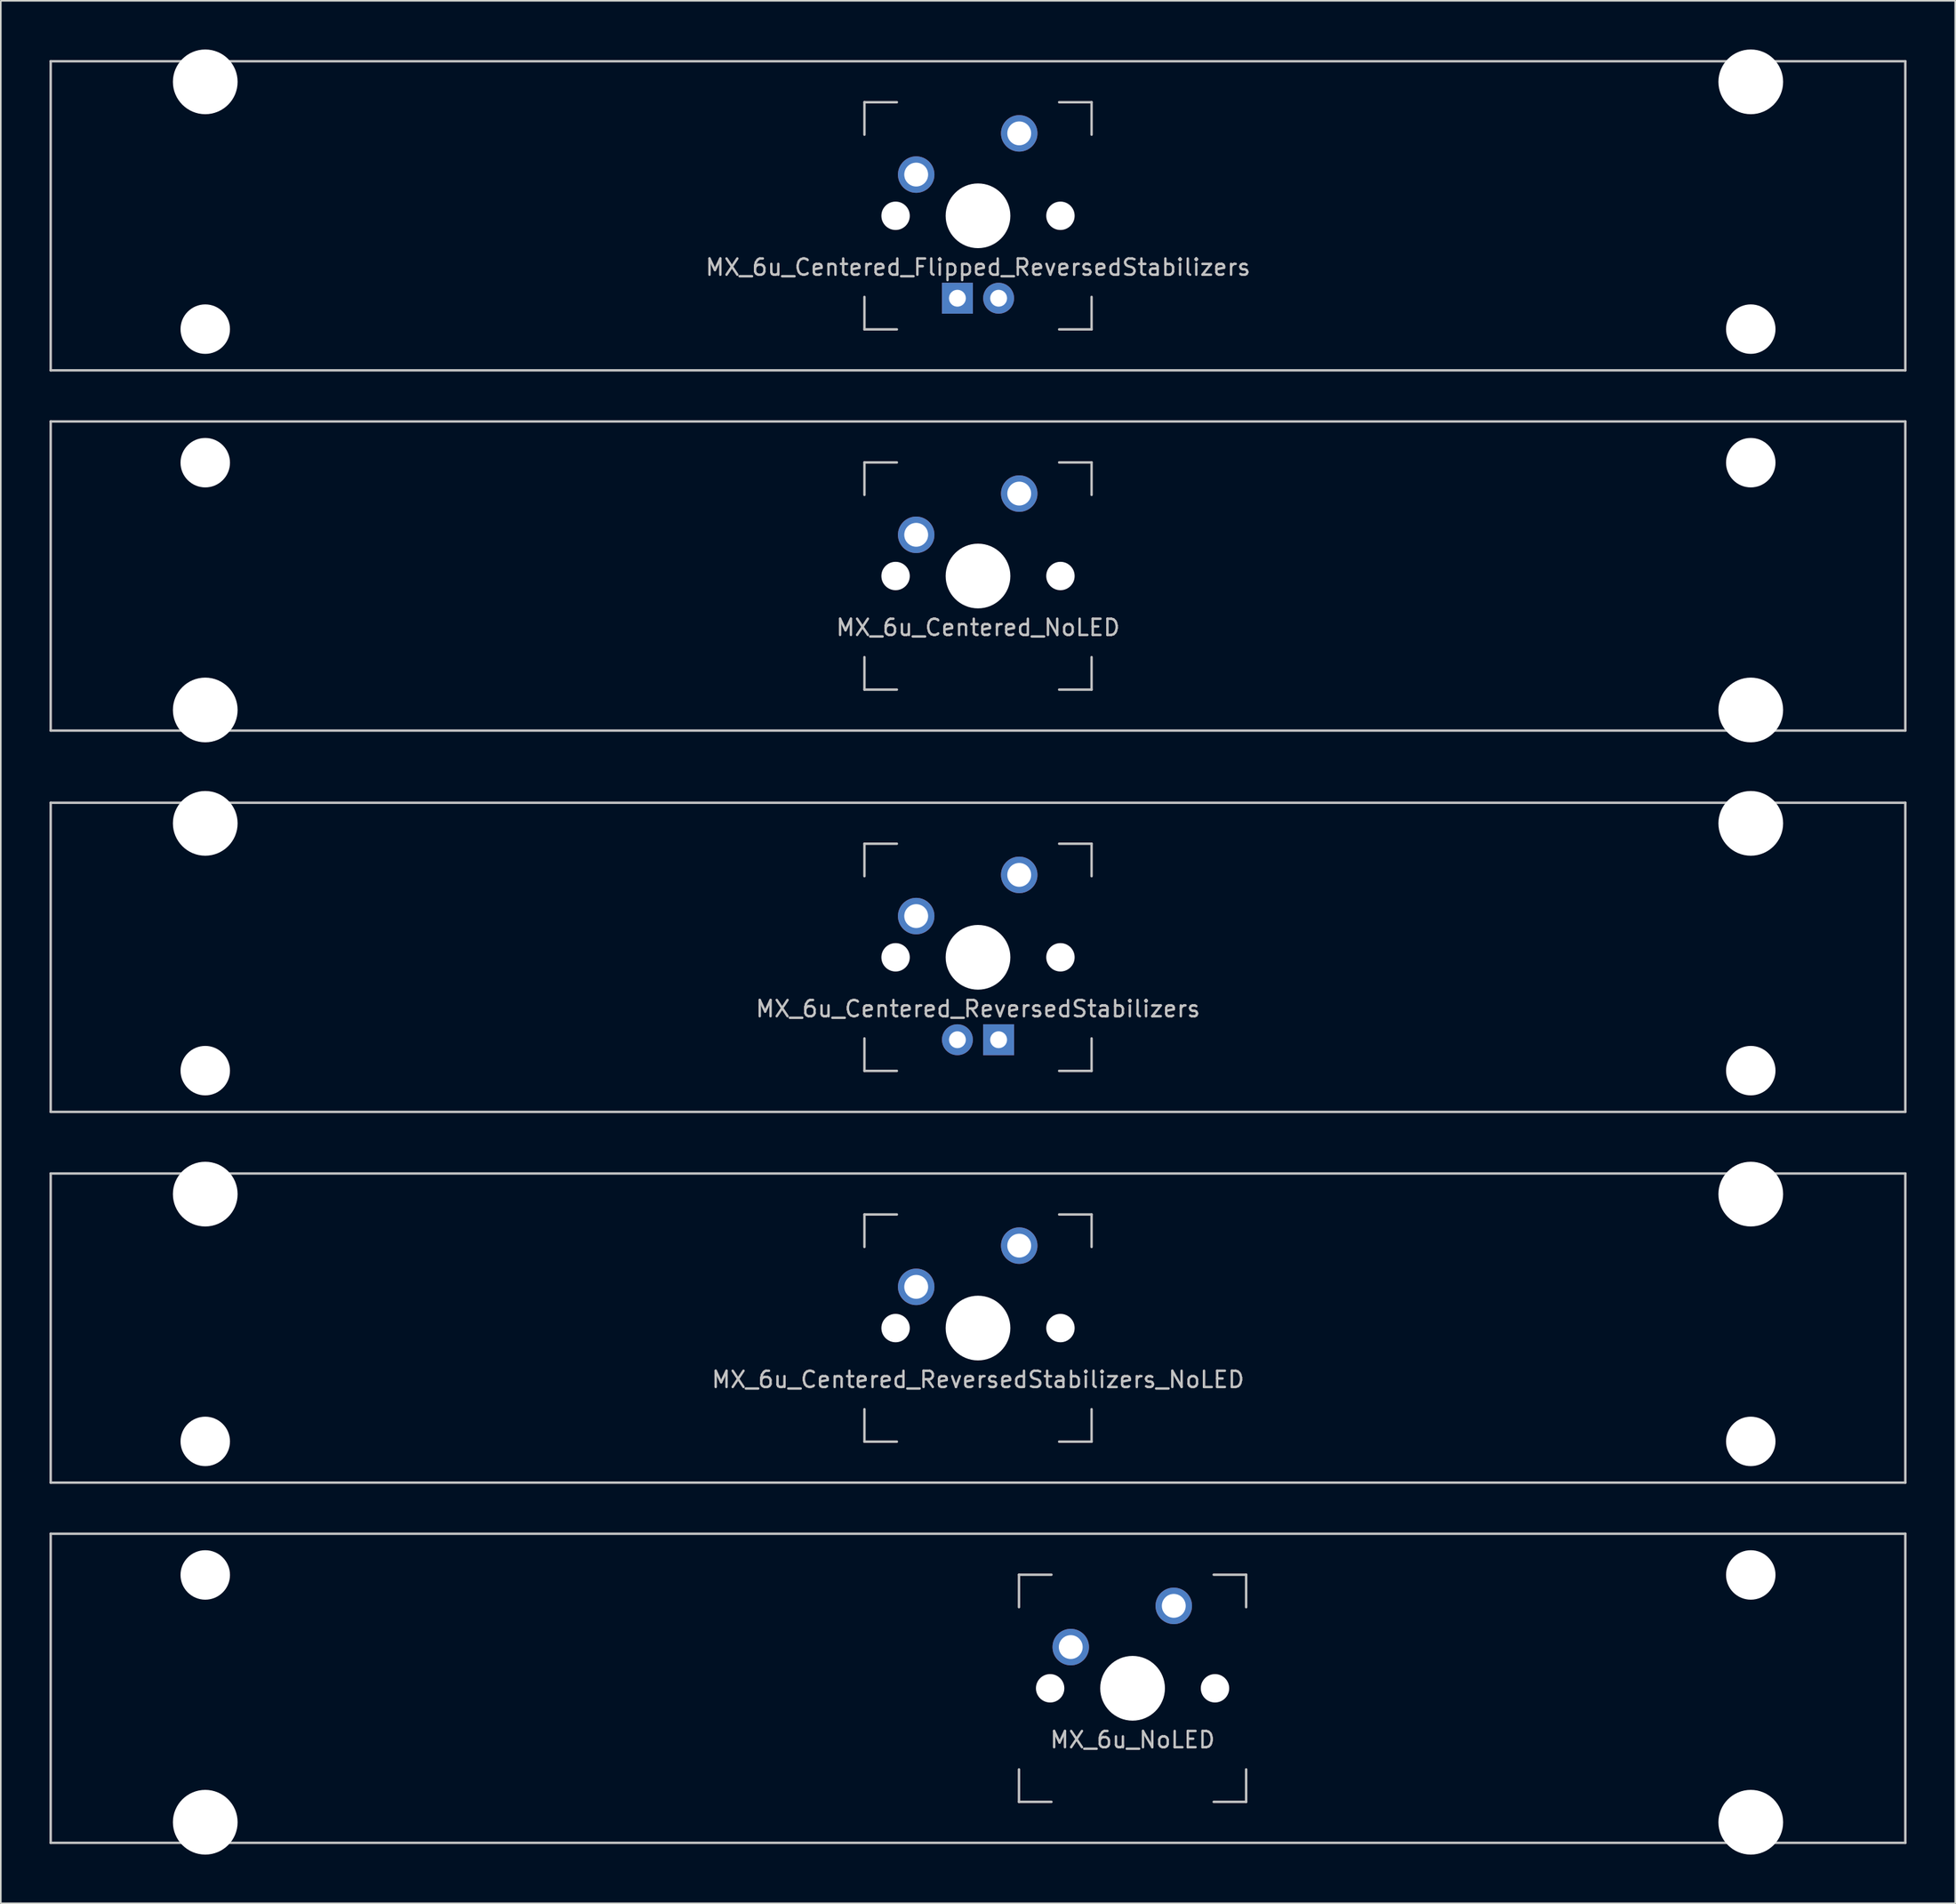
<source format=kicad_pcb>
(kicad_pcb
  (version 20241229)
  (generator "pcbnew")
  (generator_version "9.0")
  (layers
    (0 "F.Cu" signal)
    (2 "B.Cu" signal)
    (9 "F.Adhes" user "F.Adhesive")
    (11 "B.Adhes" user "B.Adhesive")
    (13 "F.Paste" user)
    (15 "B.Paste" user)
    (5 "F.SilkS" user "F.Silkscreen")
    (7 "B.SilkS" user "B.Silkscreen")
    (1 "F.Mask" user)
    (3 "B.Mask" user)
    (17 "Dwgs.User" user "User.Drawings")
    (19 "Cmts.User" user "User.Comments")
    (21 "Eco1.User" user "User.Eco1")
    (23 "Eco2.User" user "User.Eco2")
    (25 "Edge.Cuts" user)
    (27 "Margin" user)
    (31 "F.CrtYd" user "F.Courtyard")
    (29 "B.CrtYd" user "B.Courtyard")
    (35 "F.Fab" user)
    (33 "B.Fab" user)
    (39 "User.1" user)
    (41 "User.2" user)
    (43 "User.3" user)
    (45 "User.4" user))
  (footprint "MX_6u_Centered_Flipped_ReversedStabilizers"
    (layer "F.Cu")
    (at 57.225 10.249)
    (property "Reference" "MX_6u_Centered_Flipped_ReversedStabilizers" (at 0 3.175 0) (layer "Dwgs.User") (effects (font (size 1 1) (thickness 0.15))))
    (attr through_hole)
    (fp_line (start -57.15 -9.525) (end 57.15 -9.525) (stroke (width 0.15) (type solid)) (layer "Dwgs.User"))
    (fp_line (start -57.15 9.525) (end -57.15 -9.525) (stroke (width 0.15) (type solid)) (layer "Dwgs.User"))
    (fp_line (start -57.15 9.525) (end 57.15 9.525) (stroke (width 0.15) (type solid)) (layer "Dwgs.User"))
    (fp_line (start -7 -7) (end -7 -5) (stroke (width 0.15) (type solid)) (layer "Dwgs.User"))
    (fp_line (start -7 5) (end -7 7) (stroke (width 0.15) (type solid)) (layer "Dwgs.User"))
    (fp_line (start -7 7) (end -5 7) (stroke (width 0.15) (type solid)) (layer "Dwgs.User"))
    (fp_line (start -5 -7) (end -7 -7) (stroke (width 0.15) (type solid)) (layer "Dwgs.User"))
    (fp_line (start 5 -7) (end 7 -7) (stroke (width 0.15) (type solid)) (layer "Dwgs.User"))
    (fp_line (start 5 7) (end 7 7) (stroke (width 0.15) (type solid)) (layer "Dwgs.User"))
    (fp_line (start 7 -7) (end 7 -5) (stroke (width 0.15) (type solid)) (layer "Dwgs.User"))
    (fp_line (start 7 7) (end 7 5) (stroke (width 0.15) (type solid)) (layer "Dwgs.User"))
    (fp_line (start 57.15 -9.525) (end 57.15 9.525) (stroke (width 0.15) (type solid)) (layer "Dwgs.User"))
    (pad "" np_thru_hole circle (at -47.625 -8.255) (size 3.988 3.988) (drill 3.988) (layers "*.Cu" "*.Mask"))
    (pad "" np_thru_hole circle (at -47.625 6.985) (size 3.048 3.048) (drill 3.048) (layers "*.Cu" "*.Mask"))
    (pad "" np_thru_hole circle (at -5.08 0 48.1) (size 1.75 1.75) (drill 1.75) (layers "*.Cu" "*.Mask"))
    (pad "" np_thru_hole circle (at 0 0) (size 3.988 3.988) (drill 3.988) (layers "*.Cu" "*.Mask"))
    (pad "" np_thru_hole circle (at 5.08 0 48.1) (size 1.75 1.75) (drill 1.75) (layers "*.Cu" "*.Mask"))
    (pad "" np_thru_hole circle (at 47.625 -8.255) (size 3.988 3.988) (drill 3.988) (layers "*.Cu" "*.Mask"))
    (pad "" np_thru_hole circle (at 47.625 6.985) (size 3.048 3.048) (drill 3.048) (layers "*.Cu" "*.Mask"))
    (pad "1" thru_hole circle (at -3.81 -2.54) (size 2.25 2.25) (drill 1.47) (layers "*.Cu" "B.Mask"))
    (pad "2" thru_hole circle (at 2.54 -5.08) (size 2.25 2.25) (drill 1.47) (layers "*.Cu" "B.Mask"))
    (pad "3" thru_hole circle (at 1.27 5.08) (size 1.905 1.905) (drill 1.04) (layers "*.Cu" "B.Mask"))
    (pad "4" thru_hole rect (at -1.27 5.08) (size 1.905 1.905) (drill 1.04) (layers "*.Cu" "B.Mask")))
  (footprint "MX_6u_Centered_ReversedStabilizers"
    (layer "F.Cu")
    (at 57.225 55.947)
    (property "Reference" "MX_6u_Centered_ReversedStabilizers" (at 0 3.175 0) (layer "Dwgs.User") (effects (font (size 1 1) (thickness 0.15))))
    (attr through_hole)
    (fp_line (start -57.15 -9.525) (end 57.15 -9.525) (stroke (width 0.15) (type solid)) (layer "Dwgs.User"))
    (fp_line (start -57.15 9.525) (end -57.15 -9.525) (stroke (width 0.15) (type solid)) (layer "Dwgs.User"))
    (fp_line (start -57.15 9.525) (end 57.15 9.525) (stroke (width 0.15) (type solid)) (layer "Dwgs.User"))
    (fp_line (start -7 -7) (end -7 -5) (stroke (width 0.15) (type solid)) (layer "Dwgs.User"))
    (fp_line (start -7 5) (end -7 7) (stroke (width 0.15) (type solid)) (layer "Dwgs.User"))
    (fp_line (start -7 7) (end -5 7) (stroke (width 0.15) (type solid)) (layer "Dwgs.User"))
    (fp_line (start -5 -7) (end -7 -7) (stroke (width 0.15) (type solid)) (layer "Dwgs.User"))
    (fp_line (start 5 -7) (end 7 -7) (stroke (width 0.15) (type solid)) (layer "Dwgs.User"))
    (fp_line (start 5 7) (end 7 7) (stroke (width 0.15) (type solid)) (layer "Dwgs.User"))
    (fp_line (start 7 -7) (end 7 -5) (stroke (width 0.15) (type solid)) (layer "Dwgs.User"))
    (fp_line (start 7 7) (end 7 5) (stroke (width 0.15) (type solid)) (layer "Dwgs.User"))
    (fp_line (start 57.15 -9.525) (end 57.15 9.525) (stroke (width 0.15) (type solid)) (layer "Dwgs.User"))
    (pad "" np_thru_hole circle (at -47.625 -8.255) (size 3.988 3.988) (drill 3.988) (layers "*.Cu" "*.Mask"))
    (pad "" np_thru_hole circle (at -47.625 6.985) (size 3.048 3.048) (drill 3.048) (layers "*.Cu" "*.Mask"))
    (pad "" np_thru_hole circle (at -5.08 0 48.1) (size 1.75 1.75) (drill 1.75) (layers "*.Cu" "*.Mask"))
    (pad "" np_thru_hole circle (at 0 0) (size 3.988 3.988) (drill 3.988) (layers "*.Cu" "*.Mask"))
    (pad "" np_thru_hole circle (at 5.08 0 48.1) (size 1.75 1.75) (drill 1.75) (layers "*.Cu" "*.Mask"))
    (pad "" np_thru_hole circle (at 47.625 -8.255) (size 3.988 3.988) (drill 3.988) (layers "*.Cu" "*.Mask"))
    (pad "" np_thru_hole circle (at 47.625 6.985) (size 3.048 3.048) (drill 3.048) (layers "*.Cu" "*.Mask"))
    (pad "1" thru_hole circle (at -3.81 -2.54) (size 2.25 2.25) (drill 1.47) (layers "*.Cu" "B.Mask"))
    (pad "2" thru_hole circle (at 2.54 -5.08) (size 2.25 2.25) (drill 1.47) (layers "*.Cu" "B.Mask"))
    (pad "3" thru_hole circle (at -1.27 5.08) (size 1.905 1.905) (drill 1.04) (layers "*.Cu" "B.Mask"))
    (pad "4" thru_hole rect (at 1.27 5.08) (size 1.905 1.905) (drill 1.04) (layers "*.Cu" "B.Mask")))
  (footprint "MX_6u_Centered_ReversedStabilizers_NoLED"
    (layer "F.Cu")
    (at 57.225 78.796)
    (property "Reference" "MX_6u_Centered_ReversedStabilizers_NoLED" (at 0 3.175 0) (layer "Dwgs.User") (effects (font (size 1 1) (thickness 0.15))))
    (attr through_hole)
    (fp_line (start -57.15 -9.525) (end 57.15 -9.525) (stroke (width 0.15) (type solid)) (layer "Dwgs.User"))
    (fp_line (start -57.15 9.525) (end -57.15 -9.525) (stroke (width 0.15) (type solid)) (layer "Dwgs.User"))
    (fp_line (start -57.15 9.525) (end 57.15 9.525) (stroke (width 0.15) (type solid)) (layer "Dwgs.User"))
    (fp_line (start -7 -7) (end -7 -5) (stroke (width 0.15) (type solid)) (layer "Dwgs.User"))
    (fp_line (start -7 5) (end -7 7) (stroke (width 0.15) (type solid)) (layer "Dwgs.User"))
    (fp_line (start -7 7) (end -5 7) (stroke (width 0.15) (type solid)) (layer "Dwgs.User"))
    (fp_line (start -5 -7) (end -7 -7) (stroke (width 0.15) (type solid)) (layer "Dwgs.User"))
    (fp_line (start 5 -7) (end 7 -7) (stroke (width 0.15) (type solid)) (layer "Dwgs.User"))
    (fp_line (start 5 7) (end 7 7) (stroke (width 0.15) (type solid)) (layer "Dwgs.User"))
    (fp_line (start 7 -7) (end 7 -5) (stroke (width 0.15) (type solid)) (layer "Dwgs.User"))
    (fp_line (start 7 7) (end 7 5) (stroke (width 0.15) (type solid)) (layer "Dwgs.User"))
    (fp_line (start 57.15 -9.525) (end 57.15 9.525) (stroke (width 0.15) (type solid)) (layer "Dwgs.User"))
    (pad "" np_thru_hole circle (at -47.625 -8.255) (size 3.988 3.988) (drill 3.988) (layers "*.Cu" "*.Mask"))
    (pad "" np_thru_hole circle (at -47.625 6.985) (size 3.048 3.048) (drill 3.048) (layers "*.Cu" "*.Mask"))
    (pad "" np_thru_hole circle (at -5.08 0 48.1) (size 1.75 1.75) (drill 1.75) (layers "*.Cu" "*.Mask"))
    (pad "" np_thru_hole circle (at 0 0) (size 3.988 3.988) (drill 3.988) (layers "*.Cu" "*.Mask"))
    (pad "" np_thru_hole circle (at 5.08 0 48.1) (size 1.75 1.75) (drill 1.75) (layers "*.Cu" "*.Mask"))
    (pad "" np_thru_hole circle (at 47.625 -8.255) (size 3.988 3.988) (drill 3.988) (layers "*.Cu" "*.Mask"))
    (pad "" np_thru_hole circle (at 47.625 6.985) (size 3.048 3.048) (drill 3.048) (layers "*.Cu" "*.Mask"))
    (pad "1" thru_hole circle (at -3.81 -2.54) (size 2.25 2.25) (drill 1.47) (layers "*.Cu" "B.Mask"))
    (pad "2" thru_hole circle (at 2.54 -5.08) (size 2.25 2.25) (drill 1.47) (layers "*.Cu" "B.Mask")))
  (footprint "MX_6u_Centered_NoLED"
    (layer "F.Cu")
    (at 57.225 32.449)
    (property "Reference" "MX_6u_Centered_NoLED" (at 0 3.175 0) (layer "Dwgs.User") (effects (font (size 1 1) (thickness 0.15))))
    (attr through_hole)
    (fp_line (start -57.15 -9.525) (end 57.15 -9.525) (stroke (width 0.15) (type solid)) (layer "Dwgs.User"))
    (fp_line (start -57.15 9.525) (end -57.15 -9.525) (stroke (width 0.15) (type solid)) (layer "Dwgs.User"))
    (fp_line (start -57.15 9.525) (end 57.15 9.525) (stroke (width 0.15) (type solid)) (layer "Dwgs.User"))
    (fp_line (start -7 -7) (end -7 -5) (stroke (width 0.15) (type solid)) (layer "Dwgs.User"))
    (fp_line (start -7 5) (end -7 7) (stroke (width 0.15) (type solid)) (layer "Dwgs.User"))
    (fp_line (start -7 7) (end -5 7) (stroke (width 0.15) (type solid)) (layer "Dwgs.User"))
    (fp_line (start -5 -7) (end -7 -7) (stroke (width 0.15) (type solid)) (layer "Dwgs.User"))
    (fp_line (start 5 -7) (end 7 -7) (stroke (width 0.15) (type solid)) (layer "Dwgs.User"))
    (fp_line (start 5 7) (end 7 7) (stroke (width 0.15) (type solid)) (layer "Dwgs.User"))
    (fp_line (start 7 -7) (end 7 -5) (stroke (width 0.15) (type solid)) (layer "Dwgs.User"))
    (fp_line (start 7 7) (end 7 5) (stroke (width 0.15) (type solid)) (layer "Dwgs.User"))
    (fp_line (start 57.15 -9.525) (end 57.15 9.525) (stroke (width 0.15) (type solid)) (layer "Dwgs.User"))
    (pad "" np_thru_hole circle (at -47.625 -6.985) (size 3.048 3.048) (drill 3.048) (layers "*.Cu" "*.Mask"))
    (pad "" np_thru_hole circle (at -47.625 8.255) (size 3.988 3.988) (drill 3.988) (layers "*.Cu" "*.Mask"))
    (pad "" np_thru_hole circle (at -5.08 0 48.1) (size 1.75 1.75) (drill 1.75) (layers "*.Cu" "*.Mask"))
    (pad "" np_thru_hole circle (at 0 0) (size 3.988 3.988) (drill 3.988) (layers "*.Cu" "*.Mask"))
    (pad "" np_thru_hole circle (at 5.08 0 48.1) (size 1.75 1.75) (drill 1.75) (layers "*.Cu" "*.Mask"))
    (pad "" np_thru_hole circle (at 47.625 -6.985) (size 3.048 3.048) (drill 3.048) (layers "*.Cu" "*.Mask"))
    (pad "" np_thru_hole circle (at 47.625 8.255) (size 3.988 3.988) (drill 3.988) (layers "*.Cu" "*.Mask"))
    (pad "1" thru_hole circle (at -3.81 -2.54) (size 2.25 2.25) (drill 1.47) (layers "*.Cu" "B.Mask"))
    (pad "2" thru_hole circle (at 2.54 -5.08) (size 2.25 2.25) (drill 1.47) (layers "*.Cu" "B.Mask")))
  (footprint "MX_6u_NoLED"
    (layer "F.Cu")
    (at 57.225 100.996)
    (property "Reference" "MX_6u_NoLED" (at 9.525 3.175 0) (layer "Dwgs.User") (effects (font (size 1 1) (thickness 0.15))))
    (attr through_hole)
    (fp_line (start -57.15 -9.525) (end 57.15 -9.525) (stroke (width 0.15) (type solid)) (layer "Dwgs.User"))
    (fp_line (start -57.15 9.525) (end -57.15 -9.525) (stroke (width 0.15) (type solid)) (layer "Dwgs.User"))
    (fp_line (start -57.15 9.525) (end 57.15 9.525) (stroke (width 0.15) (type solid)) (layer "Dwgs.User"))
    (fp_line (start 2.525 -7) (end 2.525 -5) (stroke (width 0.15) (type solid)) (layer "Dwgs.User"))
    (fp_line (start 2.525 5) (end 2.525 7) (stroke (width 0.15) (type solid)) (layer "Dwgs.User"))
    (fp_line (start 2.525 7) (end 4.525 7) (stroke (width 0.15) (type solid)) (layer "Dwgs.User"))
    (fp_line (start 4.525 -7) (end 2.525 -7) (stroke (width 0.15) (type solid)) (layer "Dwgs.User"))
    (fp_line (start 14.525 -7) (end 16.525 -7) (stroke (width 0.15) (type solid)) (layer "Dwgs.User"))
    (fp_line (start 14.525 7) (end 16.525 7) (stroke (width 0.15) (type solid)) (layer "Dwgs.User"))
    (fp_line (start 16.525 -7) (end 16.525 -5) (stroke (width 0.15) (type solid)) (layer "Dwgs.User"))
    (fp_line (start 16.525 7) (end 16.525 5) (stroke (width 0.15) (type solid)) (layer "Dwgs.User"))
    (fp_line (start 57.15 -9.525) (end 57.15 9.525) (stroke (width 0.15) (type solid)) (layer "Dwgs.User"))
    (pad "" np_thru_hole circle (at -47.625 -6.985) (size 3.048 3.048) (drill 3.048) (layers "*.Cu" "*.Mask"))
    (pad "" np_thru_hole circle (at -47.625 8.255) (size 3.988 3.988) (drill 3.988) (layers "*.Cu" "*.Mask"))
    (pad "" np_thru_hole circle (at 4.445 0 48.1) (size 1.75 1.75) (drill 1.75) (layers "*.Cu" "*.Mask"))
    (pad "" np_thru_hole circle (at 9.525 0) (size 3.988 3.988) (drill 3.988) (layers "*.Cu" "*.Mask"))
    (pad "" np_thru_hole circle (at 14.605 0 48.1) (size 1.75 1.75) (drill 1.75) (layers "*.Cu" "*.Mask"))
    (pad "" np_thru_hole circle (at 47.625 -6.985) (size 3.048 3.048) (drill 3.048) (layers "*.Cu" "*.Mask"))
    (pad "" np_thru_hole circle (at 47.625 8.255) (size 3.988 3.988) (drill 3.988) (layers "*.Cu" "*.Mask"))
    (pad "1" thru_hole circle (at 5.715 -2.54) (size 2.25 2.25) (drill 1.47) (layers "*.Cu" "B.Mask"))
    (pad "2" thru_hole circle (at 12.065 -5.08) (size 2.25 2.25) (drill 1.47) (layers "*.Cu" "B.Mask")))
  (gr_rect
    (start -3 -3)
    (end 117.45 114.245)
    (stroke (width 0.1) (type default))
    (fill no)
    (layer "Edge.Cuts")))
</source>
